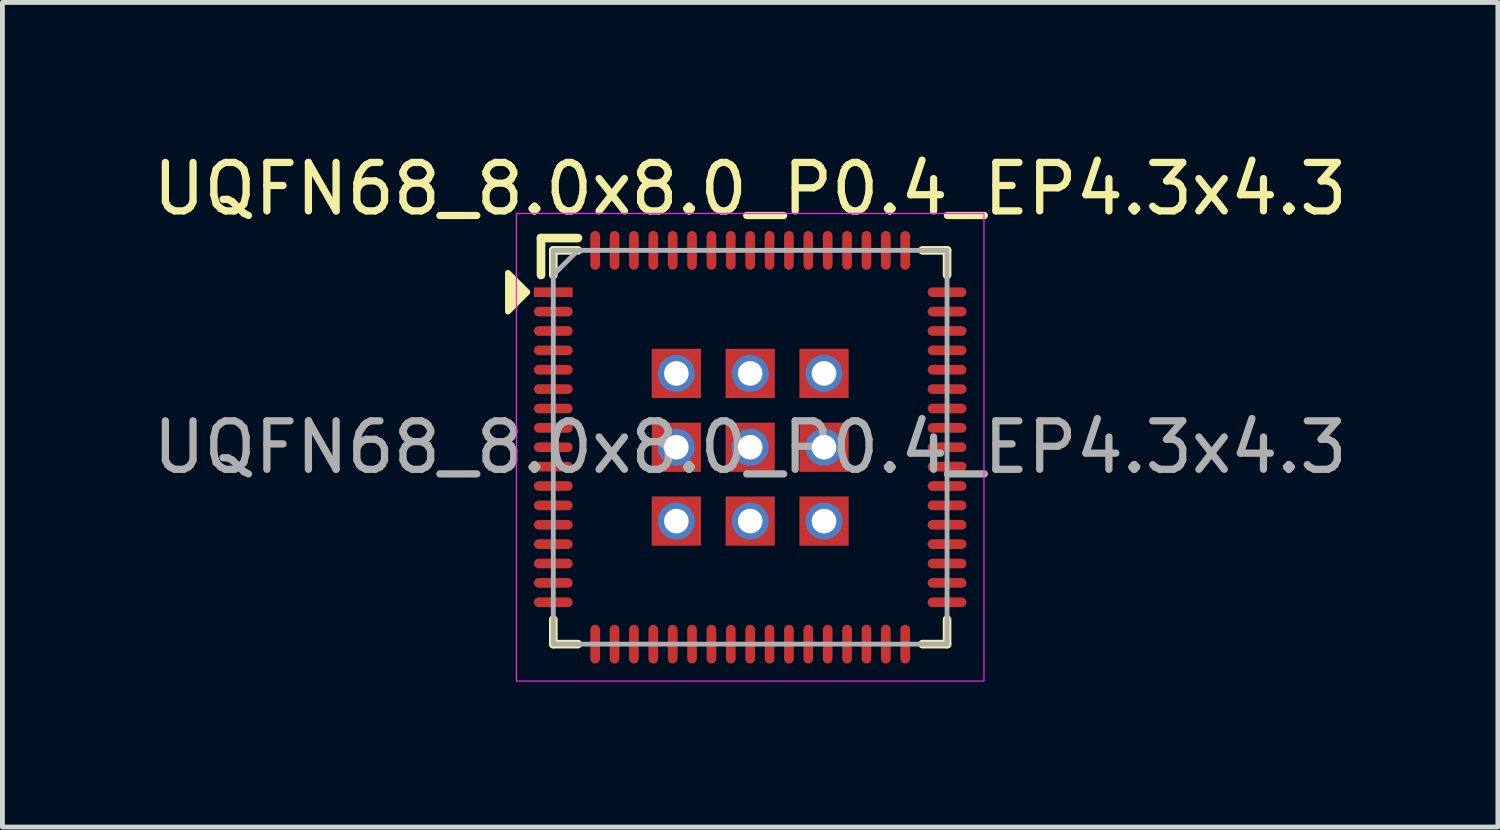
<source format=kicad_pcb>
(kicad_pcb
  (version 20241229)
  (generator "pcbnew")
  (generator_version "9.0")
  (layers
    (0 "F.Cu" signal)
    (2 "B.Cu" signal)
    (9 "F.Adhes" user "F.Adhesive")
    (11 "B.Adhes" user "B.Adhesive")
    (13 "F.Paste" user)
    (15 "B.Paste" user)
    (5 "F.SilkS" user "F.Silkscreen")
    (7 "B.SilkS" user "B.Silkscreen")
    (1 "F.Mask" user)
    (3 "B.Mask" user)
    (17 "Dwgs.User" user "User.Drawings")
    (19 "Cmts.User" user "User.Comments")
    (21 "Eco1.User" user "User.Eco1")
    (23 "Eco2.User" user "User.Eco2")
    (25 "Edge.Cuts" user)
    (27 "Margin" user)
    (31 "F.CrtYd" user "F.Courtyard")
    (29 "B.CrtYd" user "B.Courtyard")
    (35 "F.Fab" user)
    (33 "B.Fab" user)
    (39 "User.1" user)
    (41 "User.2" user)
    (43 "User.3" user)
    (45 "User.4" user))
  (footprint "UQFN68_8.0x8.0_P0.4_EP4.3x4.3"
    (layer "F.Cu")
    (at 12.435 6.182)
    (property "Reference" "UQFN68_8.0x8.0_P0.4_EP4.3x4.3" (at 0 -5.334 0) (unlocked yes) (layer "F.SilkS") (effects (font (size 1 1) (thickness 0.15))))
    (attr smd)
    (fp_line (start -4.318 -4.318) (end -3.556 -4.318) (stroke (width 0.178) (type solid)) (layer "F.SilkS"))
    (fp_line (start -4.318 -3.556) (end -4.318 -4.318) (stroke (width 0.178) (type solid)) (layer "F.SilkS"))
    (fp_line (start -4.064 -4.064) (end -3.556 -4.064) (stroke (width 0.178) (type solid)) (layer "F.SilkS"))
    (fp_line (start -4.064 -3.556) (end -4.064 -4.064) (stroke (width 0.178) (type solid)) (layer "F.SilkS"))
    (fp_line (start -4.064 3.556) (end -4.064 4.064) (stroke (width 0.178) (type solid)) (layer "F.SilkS"))
    (fp_line (start -4.064 4.064) (end -3.556 4.064) (stroke (width 0.178) (type solid)) (layer "F.SilkS"))
    (fp_line (start 3.556 -4.064) (end 4.064 -4.064) (stroke (width 0.178) (type solid)) (layer "F.SilkS"))
    (fp_line (start 3.556 4.064) (end 4.064 4.064) (stroke (width 0.178) (type solid)) (layer "F.SilkS"))
    (fp_line (start 4.064 -4.064) (end 4.064 -3.556) (stroke (width 0.178) (type solid)) (layer "F.SilkS"))
    (fp_line (start 4.064 4.064) (end 4.064 3.556) (stroke (width 0.178) (type solid)) (layer "F.SilkS"))
    (fp_poly (pts (xy -4.6 -3.2) (xy -5 -2.8) (xy -5 -3.6)) (stroke (width 0.12) (type solid)) (fill yes) (layer "F.SilkS"))
    (fp_rect (start -4.826 -4.826) (end 4.826 4.826) (stroke (width 0.025) (type solid)) (fill no) (layer "F.CrtYd"))
    (fp_line (start -4.064 -3.556) (end -3.556 -4.064) (stroke (width 0.1) (type solid)) (layer "F.Fab"))
    (fp_rect (start -4.064 -4.064) (end 4.064 4.064) (stroke (width 0.1) (type solid)) (fill no) (layer "F.Fab"))
    (fp_text user "${REFERENCE}" (at 0 0 0) (unlocked yes) (layer "F.Fab") (effects (font (size 1 1) (thickness 0.15))))
    (pad "1" smd rect (at -4.064 -3.2) (size 0.8 0.2) (layers "F.Cu" "F.Mask" "F.Paste"))
    (pad "2" smd oval (at -4.064 -2.8) (size 0.8 0.2) (layers "F.Cu" "F.Mask" "F.Paste"))
    (pad "3" smd oval (at -4.064 -2.4) (size 0.8 0.2) (layers "F.Cu" "F.Mask" "F.Paste"))
    (pad "4" smd oval (at -4.064 -2) (size 0.8 0.2) (layers "F.Cu" "F.Mask" "F.Paste"))
    (pad "5" smd oval (at -4.064 -1.6) (size 0.8 0.2) (layers "F.Cu" "F.Mask" "F.Paste"))
    (pad "6" smd oval (at -4.064 -1.2) (size 0.8 0.2) (layers "F.Cu" "F.Mask" "F.Paste"))
    (pad "7" smd oval (at -4.064 -0.8) (size 0.8 0.2) (layers "F.Cu" "F.Mask" "F.Paste"))
    (pad "8" smd oval (at -4.064 -0.4) (size 0.8 0.2) (layers "F.Cu" "F.Mask" "F.Paste"))
    (pad "9" smd oval (at -4.064 0) (size 0.8 0.2) (layers "F.Cu" "F.Mask" "F.Paste"))
    (pad "10" smd oval (at -4.064 0.4) (size 0.8 0.2) (layers "F.Cu" "F.Mask" "F.Paste"))
    (pad "11" smd oval (at -4.064 0.8) (size 0.8 0.2) (layers "F.Cu" "F.Mask" "F.Paste"))
    (pad "12" smd oval (at -4.064 1.2) (size 0.8 0.2) (layers "F.Cu" "F.Mask" "F.Paste"))
    (pad "13" smd oval (at -4.064 1.6) (size 0.8 0.2) (layers "F.Cu" "F.Mask" "F.Paste"))
    (pad "14" smd oval (at -4.064 2) (size 0.8 0.2) (layers "F.Cu" "F.Mask" "F.Paste"))
    (pad "15" smd oval (at -4.064 2.4) (size 0.8 0.2) (layers "F.Cu" "F.Mask" "F.Paste"))
    (pad "16" smd oval (at -4.064 2.8) (size 0.8 0.2) (layers "F.Cu" "F.Mask" "F.Paste"))
    (pad "17" smd oval (at -4.064 3.2) (size 0.8 0.2) (layers "F.Cu" "F.Mask" "F.Paste"))
    (pad "18" smd oval (at -3.2 4.064) (size 0.2 0.8) (layers "F.Cu" "F.Mask" "F.Paste"))
    (pad "19" smd oval (at -2.8 4.064) (size 0.2 0.8) (layers "F.Cu" "F.Mask" "F.Paste"))
    (pad "20" smd oval (at -2.4 4.064) (size 0.2 0.8) (layers "F.Cu" "F.Mask" "F.Paste"))
    (pad "21" smd oval (at -2 4.064) (size 0.2 0.8) (layers "F.Cu" "F.Mask" "F.Paste"))
    (pad "22" smd oval (at -1.6 4.064) (size 0.2 0.8) (layers "F.Cu" "F.Mask" "F.Paste"))
    (pad "23" smd oval (at -1.2 4.064) (size 0.2 0.8) (layers "F.Cu" "F.Mask" "F.Paste"))
    (pad "24" smd oval (at -0.8 4.064) (size 0.2 0.8) (layers "F.Cu" "F.Mask" "F.Paste"))
    (pad "25" smd oval (at -0.4 4.064) (size 0.2 0.8) (layers "F.Cu" "F.Mask" "F.Paste"))
    (pad "26" smd oval (at 0 4.064) (size 0.2 0.8) (layers "F.Cu" "F.Mask" "F.Paste"))
    (pad "27" smd oval (at 0.4 4.064) (size 0.2 0.8) (layers "F.Cu" "F.Mask" "F.Paste"))
    (pad "28" smd oval (at 0.8 4.064) (size 0.2 0.8) (layers "F.Cu" "F.Mask" "F.Paste"))
    (pad "29" smd oval (at 1.2 4.064) (size 0.2 0.8) (layers "F.Cu" "F.Mask" "F.Paste"))
    (pad "30" smd oval (at 1.6 4.064) (size 0.2 0.8) (layers "F.Cu" "F.Mask" "F.Paste"))
    (pad "31" smd oval (at 2 4.064) (size 0.2 0.8) (layers "F.Cu" "F.Mask" "F.Paste"))
    (pad "32" smd oval (at 2.4 4.064) (size 0.2 0.8) (layers "F.Cu" "F.Mask" "F.Paste"))
    (pad "33" smd oval (at 2.8 4.064) (size 0.2 0.8) (layers "F.Cu" "F.Mask" "F.Paste"))
    (pad "34" smd oval (at 3.2 4.064) (size 0.2 0.8) (layers "F.Cu" "F.Mask" "F.Paste"))
    (pad "35" smd oval (at 4.064 3.2) (size 0.8 0.2) (layers "F.Cu" "F.Mask" "F.Paste"))
    (pad "36" smd oval (at 4.064 2.8) (size 0.8 0.2) (layers "F.Cu" "F.Mask" "F.Paste"))
    (pad "37" smd oval (at 4.064 2.4) (size 0.8 0.2) (layers "F.Cu" "F.Mask" "F.Paste"))
    (pad "38" smd oval (at 4.064 2) (size 0.8 0.2) (layers "F.Cu" "F.Mask" "F.Paste"))
    (pad "39" smd oval (at 4.064 1.6) (size 0.8 0.2) (layers "F.Cu" "F.Mask" "F.Paste"))
    (pad "40" smd oval (at 4.064 1.2) (size 0.8 0.2) (layers "F.Cu" "F.Mask" "F.Paste"))
    (pad "41" smd oval (at 4.064 0.8) (size 0.8 0.2) (layers "F.Cu" "F.Mask" "F.Paste"))
    (pad "42" smd oval (at 4.064 0.4) (size 0.8 0.2) (layers "F.Cu" "F.Mask" "F.Paste"))
    (pad "43" smd oval (at 4.064 0) (size 0.8 0.2) (layers "F.Cu" "F.Mask" "F.Paste"))
    (pad "44" smd oval (at 4.064 -0.4) (size 0.8 0.2) (layers "F.Cu" "F.Mask" "F.Paste"))
    (pad "45" smd oval (at 4.064 -0.8) (size 0.8 0.2) (layers "F.Cu" "F.Mask" "F.Paste"))
    (pad "46" smd oval (at 4.064 -1.2) (size 0.8 0.2) (layers "F.Cu" "F.Mask" "F.Paste"))
    (pad "47" smd oval (at 4.064 -1.6) (size 0.8 0.2) (layers "F.Cu" "F.Mask" "F.Paste"))
    (pad "48" smd oval (at 4.064 -2) (size 0.8 0.2) (layers "F.Cu" "F.Mask" "F.Paste"))
    (pad "49" smd oval (at 4.064 -2.4) (size 0.8 0.2) (layers "F.Cu" "F.Mask" "F.Paste"))
    (pad "50" smd oval (at 4.064 -2.8) (size 0.8 0.2) (layers "F.Cu" "F.Mask" "F.Paste"))
    (pad "51" smd oval (at 4.064 -3.2) (size 0.8 0.2) (layers "F.Cu" "F.Mask" "F.Paste"))
    (pad "52" smd oval (at 3.2 -4.064) (size 0.2 0.8) (layers "F.Cu" "F.Mask" "F.Paste"))
    (pad "53" smd oval (at 2.8 -4.064) (size 0.2 0.8) (layers "F.Cu" "F.Mask" "F.Paste"))
    (pad "54" smd oval (at 2.4 -4.064) (size 0.2 0.8) (layers "F.Cu" "F.Mask" "F.Paste"))
    (pad "55" smd oval (at 2 -4.064) (size 0.2 0.8) (layers "F.Cu" "F.Mask" "F.Paste"))
    (pad "56" smd oval (at 1.6 -4.064) (size 0.2 0.8) (layers "F.Cu" "F.Mask" "F.Paste"))
    (pad "57" smd oval (at 1.2 -4.064) (size 0.2 0.8) (layers "F.Cu" "F.Mask" "F.Paste"))
    (pad "58" smd oval (at 0.8 -4.064) (size 0.2 0.8) (layers "F.Cu" "F.Mask" "F.Paste"))
    (pad "59" smd oval (at 0.4 -4.064) (size 0.2 0.8) (layers "F.Cu" "F.Mask" "F.Paste"))
    (pad "60" smd oval (at 0 -4.064) (size 0.2 0.8) (layers "F.Cu" "F.Mask" "F.Paste"))
    (pad "61" smd oval (at -0.4 -4.064) (size 0.2 0.8) (layers "F.Cu" "F.Mask" "F.Paste"))
    (pad "62" smd oval (at -0.8 -4.064) (size 0.2 0.8) (layers "F.Cu" "F.Mask" "F.Paste"))
    (pad "63" smd oval (at -1.2 -4.064) (size 0.2 0.8) (layers "F.Cu" "F.Mask" "F.Paste"))
    (pad "64" smd oval (at -1.6 -4.064) (size 0.2 0.8) (layers "F.Cu" "F.Mask" "F.Paste"))
    (pad "65" smd oval (at -2 -4.064) (size 0.2 0.8) (layers "F.Cu" "F.Mask" "F.Paste"))
    (pad "66" smd oval (at -2.4 -4.064) (size 0.2 0.8) (layers "F.Cu" "F.Mask" "F.Paste"))
    (pad "67" smd oval (at -2.8 -4.064) (size 0.2 0.8) (layers "F.Cu" "F.Mask" "F.Paste"))
    (pad "68" smd oval (at -3.2 -4.064) (size 0.2 0.8) (layers "F.Cu" "F.Mask" "F.Paste"))
    (pad "69" thru_hole circle (at -1.524 -1.524) (size 0.762 0.762) (drill 0.508) (layers "*.Cu" "*.Mask"))
    (pad "69" smd rect (at -1.524 -1.524) (size 1.016 1.016) (layers "F.Cu" "F.Mask" "F.Paste"))
    (pad "69" thru_hole circle (at -1.524 0) (size 0.762 0.762) (drill 0.508) (layers "*.Cu" "*.Mask"))
    (pad "69" smd rect (at -1.524 0) (size 1.016 1.016) (layers "F.Cu" "F.Mask" "F.Paste"))
    (pad "69" thru_hole circle (at -1.524 1.524) (size 0.762 0.762) (drill 0.508) (layers "*.Cu" "*.Mask"))
    (pad "69" smd rect (at -1.524 1.524) (size 1.016 1.016) (layers "F.Cu" "F.Mask" "F.Paste"))
    (pad "69" thru_hole circle (at 0 -1.524) (size 0.762 0.762) (drill 0.508) (layers "*.Cu" "*.Mask"))
    (pad "69" smd rect (at 0 -1.524) (size 1.016 1.016) (layers "F.Cu" "F.Mask" "F.Paste"))
    (pad "69" thru_hole circle (at 0 0) (size 0.762 0.762) (drill 0.508) (layers "*.Cu" "*.Mask"))
    (pad "69" smd rect (at 0 0) (size 1.016 1.016) (layers "F.Cu" "F.Mask" "F.Paste"))
    (pad "69" thru_hole circle (at 0 1.524) (size 0.762 0.762) (drill 0.508) (layers "*.Cu" "*.Mask"))
    (pad "69" smd rect (at 0 1.524) (size 1.016 1.016) (layers "F.Cu" "F.Mask" "F.Paste"))
    (pad "69" thru_hole circle (at 1.524 -1.524) (size 0.762 0.762) (drill 0.508) (layers "*.Cu" "*.Mask"))
    (pad "69" smd rect (at 1.524 -1.524) (size 1.016 1.016) (layers "F.Cu" "F.Mask" "F.Paste"))
    (pad "69" thru_hole circle (at 1.524 0) (size 0.762 0.762) (drill 0.508) (layers "*.Cu" "*.Mask"))
    (pad "69" smd rect (at 1.524 0) (size 1.016 1.016) (layers "F.Cu" "F.Mask" "F.Paste"))
    (pad "69" thru_hole circle (at 1.524 1.524) (size 0.762 0.762) (drill 0.508) (layers "*.Cu" "*.Mask"))
    (pad "69" smd rect (at 1.524 1.524) (size 1.016 1.016) (layers "F.Cu" "F.Mask" "F.Paste")))
  (gr_rect
    (start -3 -3)
    (end 27.869 14.021)
    (stroke (width 0.1) (type default))
    (fill no)
    (layer "Edge.Cuts")))
</source>
